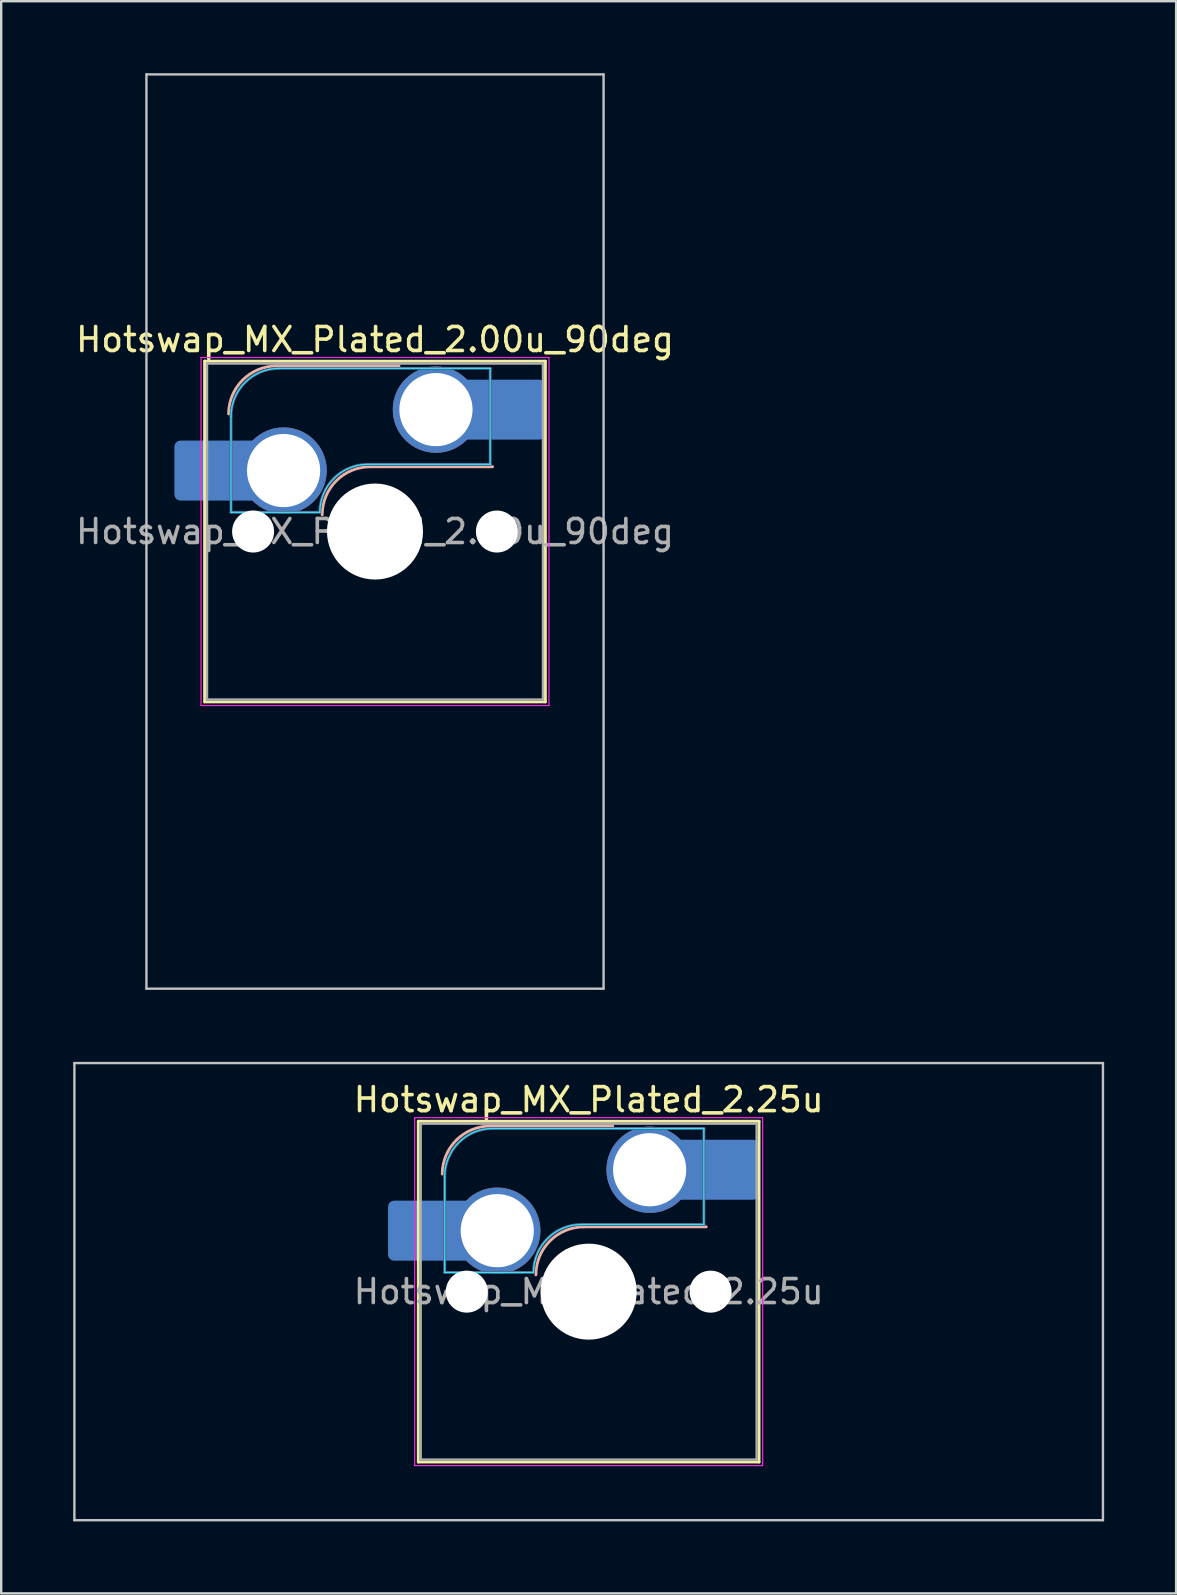
<source format=kicad_pcb>
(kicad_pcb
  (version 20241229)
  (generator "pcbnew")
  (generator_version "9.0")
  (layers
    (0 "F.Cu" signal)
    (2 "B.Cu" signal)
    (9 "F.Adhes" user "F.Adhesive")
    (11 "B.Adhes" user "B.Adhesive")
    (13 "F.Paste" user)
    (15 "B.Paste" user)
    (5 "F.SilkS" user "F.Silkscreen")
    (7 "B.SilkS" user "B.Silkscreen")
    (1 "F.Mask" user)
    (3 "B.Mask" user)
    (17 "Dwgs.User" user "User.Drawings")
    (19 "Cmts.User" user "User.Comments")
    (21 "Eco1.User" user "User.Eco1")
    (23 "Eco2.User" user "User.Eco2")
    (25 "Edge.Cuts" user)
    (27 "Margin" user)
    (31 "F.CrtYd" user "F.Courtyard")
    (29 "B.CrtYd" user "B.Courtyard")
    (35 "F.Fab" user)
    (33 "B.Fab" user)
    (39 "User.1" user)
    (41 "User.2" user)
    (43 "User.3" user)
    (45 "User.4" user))
  (footprint "Hotswap_MX_Plated_2.00u_90deg"
    (layer "F.Cu")
    (at 12.577 19.1)
    (property "Reference" "Hotswap_MX_Plated_2.00u_90deg" (at 0 -8 0) (layer "F.SilkS") (effects (font (size 1 1) (thickness 0.15))))
    (attr smd allow_soldermask_bridges)
    (fp_line (start -7.1 -7.1) (end -7.1 7.1) (stroke (width 0.12) (type solid)) (layer "F.SilkS"))
    (fp_line (start -7.1 7.1) (end 7.1 7.1) (stroke (width 0.12) (type solid)) (layer "F.SilkS"))
    (fp_line (start 7.1 -7.1) (end -7.1 -7.1) (stroke (width 0.12) (type solid)) (layer "F.SilkS"))
    (fp_line (start 7.1 7.1) (end 7.1 -7.1) (stroke (width 0.12) (type solid)) (layer "F.SilkS"))
    (fp_line (start -4.1 -6.9) (end 1 -6.9) (stroke (width 0.12) (type solid)) (layer "B.SilkS"))
    (fp_line (start -0.2 -2.7) (end 4.9 -2.7) (stroke (width 0.12) (type solid)) (layer "B.SilkS"))
    (fp_arc (start -6.1 -4.9) (mid -5.514214 -6.314214) (end -4.1 -6.9) (stroke (width 0.12) (type solid)) (layer "B.SilkS"))
    (fp_arc (start -2.2 -0.7) (mid -1.614214 -2.114214) (end -0.2 -2.7) (stroke (width 0.12) (type solid)) (layer "B.SilkS"))
    (fp_line (start -9.525 -19.05) (end 9.525 -19.05) (stroke (width 0.1) (type solid)) (layer "Dwgs.User"))
    (fp_line (start -9.525 19.05) (end -9.525 -19.05) (stroke (width 0.1) (type solid)) (layer "Dwgs.User"))
    (fp_line (start 9.525 -19.05) (end 9.525 19.05) (stroke (width 0.1) (type solid)) (layer "Dwgs.User"))
    (fp_line (start 9.525 19.05) (end -9.525 19.05) (stroke (width 0.1) (type solid)) (layer "Dwgs.User"))
    (fp_line (start -7.8 -6) (end -7 -6) (stroke (width 0.1) (type solid)) (layer "Eco1.User"))
    (fp_line (start -7.8 -2.9) (end -7.8 -6) (stroke (width 0.1) (type solid)) (layer "Eco1.User"))
    (fp_line (start -7.8 2.9) (end -7 2.9) (stroke (width 0.1) (type solid)) (layer "Eco1.User"))
    (fp_line (start -7.8 6) (end -7.8 2.9) (stroke (width 0.1) (type solid)) (layer "Eco1.User"))
    (fp_line (start -7 -7) (end 7 -7) (stroke (width 0.1) (type solid)) (layer "Eco1.User"))
    (fp_line (start -7 -6) (end -7 -7) (stroke (width 0.1) (type solid)) (layer "Eco1.User"))
    (fp_line (start -7 -2.9) (end -7.8 -2.9) (stroke (width 0.1) (type solid)) (layer "Eco1.User"))
    (fp_line (start -7 2.9) (end -7 -2.9) (stroke (width 0.1) (type solid)) (layer "Eco1.User"))
    (fp_line (start -7 6) (end -7.8 6) (stroke (width 0.1) (type solid)) (layer "Eco1.User"))
    (fp_line (start -7 7) (end -7 6) (stroke (width 0.1) (type solid)) (layer "Eco1.User"))
    (fp_line (start 7 -7) (end 7 -6) (stroke (width 0.1) (type solid)) (layer "Eco1.User"))
    (fp_line (start 7 -6) (end 7.8 -6) (stroke (width 0.1) (type solid)) (layer "Eco1.User"))
    (fp_line (start 7 -2.9) (end 7 2.9) (stroke (width 0.1) (type solid)) (layer "Eco1.User"))
    (fp_line (start 7 2.9) (end 7.8 2.9) (stroke (width 0.1) (type solid)) (layer "Eco1.User"))
    (fp_line (start 7 6) (end 7 7) (stroke (width 0.1) (type solid)) (layer "Eco1.User"))
    (fp_line (start 7 7) (end -7 7) (stroke (width 0.1) (type solid)) (layer "Eco1.User"))
    (fp_line (start 7.8 -6) (end 7.8 -2.9) (stroke (width 0.1) (type solid)) (layer "Eco1.User"))
    (fp_line (start 7.8 -2.9) (end 7 -2.9) (stroke (width 0.1) (type solid)) (layer "Eco1.User"))
    (fp_line (start 7.8 2.9) (end 7.8 6) (stroke (width 0.1) (type solid)) (layer "Eco1.User"))
    (fp_line (start 7.8 6) (end 7 6) (stroke (width 0.1) (type solid)) (layer "Eco1.User"))
    (fp_line (start -6 -0.8) (end -6 -4.8) (stroke (width 0.05) (type solid)) (layer "B.CrtYd"))
    (fp_line (start -6 -0.8) (end -2.3 -0.8) (stroke (width 0.05) (type solid)) (layer "B.CrtYd"))
    (fp_line (start -4 -6.8) (end 4.8 -6.8) (stroke (width 0.05) (type solid)) (layer "B.CrtYd"))
    (fp_line (start -0.3 -2.8) (end 4.8 -2.8) (stroke (width 0.05) (type solid)) (layer "B.CrtYd"))
    (fp_line (start 4.8 -6.8) (end 4.8 -2.8) (stroke (width 0.05) (type solid)) (layer "B.CrtYd"))
    (fp_arc (start -6 -4.8) (mid -5.414214 -6.214214) (end -4 -6.8) (stroke (width 0.05) (type solid)) (layer "B.CrtYd"))
    (fp_arc (start -2.3 -0.8) (mid -1.714214 -2.214214) (end -0.3 -2.8) (stroke (width 0.05) (type solid)) (layer "B.CrtYd"))
    (fp_line (start -7.25 -7.25) (end -7.25 7.25) (stroke (width 0.05) (type solid)) (layer "F.CrtYd"))
    (fp_line (start -7.25 7.25) (end 7.25 7.25) (stroke (width 0.05) (type solid)) (layer "F.CrtYd"))
    (fp_line (start 7.25 -7.25) (end -7.25 -7.25) (stroke (width 0.05) (type solid)) (layer "F.CrtYd"))
    (fp_line (start 7.25 7.25) (end 7.25 -7.25) (stroke (width 0.05) (type solid)) (layer "F.CrtYd"))
    (fp_line (start -6 -0.8) (end -6 -4.8) (stroke (width 0.12) (type solid)) (layer "B.Fab"))
    (fp_line (start -6 -0.8) (end -2.3 -0.8) (stroke (width 0.12) (type solid)) (layer "B.Fab"))
    (fp_line (start -4 -6.8) (end 4.8 -6.8) (stroke (width 0.12) (type solid)) (layer "B.Fab"))
    (fp_line (start -0.3 -2.8) (end 4.8 -2.8) (stroke (width 0.12) (type solid)) (layer "B.Fab"))
    (fp_line (start 4.8 -6.8) (end 4.8 -2.8) (stroke (width 0.12) (type solid)) (layer "B.Fab"))
    (fp_arc (start -6 -4.8) (mid -5.414214 -6.214214) (end -4 -6.8) (stroke (width 0.12) (type solid)) (layer "B.Fab"))
    (fp_arc (start -2.3 -0.8) (mid -1.714214 -2.214214) (end -0.3 -2.8) (stroke (width 0.12) (type solid)) (layer "B.Fab"))
    (fp_line (start -7 -7) (end -7 7) (stroke (width 0.1) (type solid)) (layer "F.Fab"))
    (fp_line (start -7 7) (end 7 7) (stroke (width 0.1) (type solid)) (layer "F.Fab"))
    (fp_line (start 7 -7) (end -7 -7) (stroke (width 0.1) (type solid)) (layer "F.Fab"))
    (fp_line (start 7 7) (end 7 -7) (stroke (width 0.1) (type solid)) (layer "F.Fab"))
    (fp_text user "${REFERENCE}" (at 0 0 0) (layer "F.Fab") (effects (font (size 1 1) (thickness 0.15))))
    (pad "" smd roundrect (at -7.085 -2.54) (size 2.55 2.5) (layers "B.Mask" "B.Paste") (roundrect_rratio 0.1))
    (pad "" np_thru_hole circle (at -5.08 0) (size 1.75 1.75) (drill 1.75) (layers "*.Cu" "*.Mask"))
    (pad "" np_thru_hole circle (at 0 0) (size 4 4) (drill 4) (layers "*.Cu" "*.Mask"))
    (pad "" np_thru_hole circle (at 5.08 0) (size 1.75 1.75) (drill 1.75) (layers "*.Cu" "*.Mask"))
    (pad "" smd roundrect (at 5.842 -5.08) (size 2.55 2.5) (layers "B.Mask" "B.Paste") (roundrect_rratio 0.1))
    (pad "1" smd roundrect (at -6.585 -2.54) (size 3.55 2.5) (layers "B.Cu") (roundrect_rratio 0.1))
    (pad "1" thru_hole circle (at -3.81 -2.54) (size 3.6 3.6) (drill 3.05) (layers "*.Cu" "*.Mask"))
    (pad "2" thru_hole circle (at 2.54 -5.08) (size 3.6 3.6) (drill 3.05) (layers "*.Cu" "*.Mask"))
    (pad "2" smd roundrect (at 5.32 -5.08) (size 3.55 2.5) (layers "B.Cu") (roundrect_rratio 0.1)))
  (footprint "Hotswap_MX_Plated_2.25u"
    (layer "F.Cu")
    (at 21.481 50.775)
    (property "Reference" "Hotswap_MX_Plated_2.25u" (at 0 -8 0) (layer "F.SilkS") (effects (font (size 1 1) (thickness 0.15))))
    (attr smd allow_soldermask_bridges)
    (fp_line (start -7.1 -7.1) (end -7.1 7.1) (stroke (width 0.12) (type solid)) (layer "F.SilkS"))
    (fp_line (start -7.1 7.1) (end 7.1 7.1) (stroke (width 0.12) (type solid)) (layer "F.SilkS"))
    (fp_line (start 7.1 -7.1) (end -7.1 -7.1) (stroke (width 0.12) (type solid)) (layer "F.SilkS"))
    (fp_line (start 7.1 7.1) (end 7.1 -7.1) (stroke (width 0.12) (type solid)) (layer "F.SilkS"))
    (fp_line (start -4.1 -6.9) (end 1 -6.9) (stroke (width 0.12) (type solid)) (layer "B.SilkS"))
    (fp_line (start -0.2 -2.7) (end 4.9 -2.7) (stroke (width 0.12) (type solid)) (layer "B.SilkS"))
    (fp_arc (start -6.1 -4.9) (mid -5.514214 -6.314214) (end -4.1 -6.9) (stroke (width 0.12) (type solid)) (layer "B.SilkS"))
    (fp_arc (start -2.2 -0.7) (mid -1.614214 -2.114214) (end -0.2 -2.7) (stroke (width 0.12) (type solid)) (layer "B.SilkS"))
    (fp_line (start -21.431 -9.525) (end -21.431 9.525) (stroke (width 0.1) (type solid)) (layer "Dwgs.User"))
    (fp_line (start -21.431 9.525) (end 21.431 9.525) (stroke (width 0.1) (type solid)) (layer "Dwgs.User"))
    (fp_line (start 21.431 -9.525) (end -21.431 -9.525) (stroke (width 0.1) (type solid)) (layer "Dwgs.User"))
    (fp_line (start 21.431 9.525) (end 21.431 -9.525) (stroke (width 0.1) (type solid)) (layer "Dwgs.User"))
    (fp_line (start -7.8 -6) (end -7 -6) (stroke (width 0.1) (type solid)) (layer "Eco1.User"))
    (fp_line (start -7.8 -2.9) (end -7.8 -6) (stroke (width 0.1) (type solid)) (layer "Eco1.User"))
    (fp_line (start -7.8 2.9) (end -7 2.9) (stroke (width 0.1) (type solid)) (layer "Eco1.User"))
    (fp_line (start -7.8 6) (end -7.8 2.9) (stroke (width 0.1) (type solid)) (layer "Eco1.User"))
    (fp_line (start -7 -7) (end 7 -7) (stroke (width 0.1) (type solid)) (layer "Eco1.User"))
    (fp_line (start -7 -6) (end -7 -7) (stroke (width 0.1) (type solid)) (layer "Eco1.User"))
    (fp_line (start -7 -2.9) (end -7.8 -2.9) (stroke (width 0.1) (type solid)) (layer "Eco1.User"))
    (fp_line (start -7 2.9) (end -7 -2.9) (stroke (width 0.1) (type solid)) (layer "Eco1.User"))
    (fp_line (start -7 6) (end -7.8 6) (stroke (width 0.1) (type solid)) (layer "Eco1.User"))
    (fp_line (start -7 7) (end -7 6) (stroke (width 0.1) (type solid)) (layer "Eco1.User"))
    (fp_line (start 7 -7) (end 7 -6) (stroke (width 0.1) (type solid)) (layer "Eco1.User"))
    (fp_line (start 7 -6) (end 7.8 -6) (stroke (width 0.1) (type solid)) (layer "Eco1.User"))
    (fp_line (start 7 -2.9) (end 7 2.9) (stroke (width 0.1) (type solid)) (layer "Eco1.User"))
    (fp_line (start 7 2.9) (end 7.8 2.9) (stroke (width 0.1) (type solid)) (layer "Eco1.User"))
    (fp_line (start 7 6) (end 7 7) (stroke (width 0.1) (type solid)) (layer "Eco1.User"))
    (fp_line (start 7 7) (end -7 7) (stroke (width 0.1) (type solid)) (layer "Eco1.User"))
    (fp_line (start 7.8 -6) (end 7.8 -2.9) (stroke (width 0.1) (type solid)) (layer "Eco1.User"))
    (fp_line (start 7.8 -2.9) (end 7 -2.9) (stroke (width 0.1) (type solid)) (layer "Eco1.User"))
    (fp_line (start 7.8 2.9) (end 7.8 6) (stroke (width 0.1) (type solid)) (layer "Eco1.User"))
    (fp_line (start 7.8 6) (end 7 6) (stroke (width 0.1) (type solid)) (layer "Eco1.User"))
    (fp_line (start -6 -0.8) (end -6 -4.8) (stroke (width 0.05) (type solid)) (layer "B.CrtYd"))
    (fp_line (start -6 -0.8) (end -2.3 -0.8) (stroke (width 0.05) (type solid)) (layer "B.CrtYd"))
    (fp_line (start -4 -6.8) (end 4.8 -6.8) (stroke (width 0.05) (type solid)) (layer "B.CrtYd"))
    (fp_line (start -0.3 -2.8) (end 4.8 -2.8) (stroke (width 0.05) (type solid)) (layer "B.CrtYd"))
    (fp_line (start 4.8 -6.8) (end 4.8 -2.8) (stroke (width 0.05) (type solid)) (layer "B.CrtYd"))
    (fp_arc (start -6 -4.8) (mid -5.414214 -6.214214) (end -4 -6.8) (stroke (width 0.05) (type solid)) (layer "B.CrtYd"))
    (fp_arc (start -2.3 -0.8) (mid -1.714214 -2.214214) (end -0.3 -2.8) (stroke (width 0.05) (type solid)) (layer "B.CrtYd"))
    (fp_line (start -7.25 -7.25) (end -7.25 7.25) (stroke (width 0.05) (type solid)) (layer "F.CrtYd"))
    (fp_line (start -7.25 7.25) (end 7.25 7.25) (stroke (width 0.05) (type solid)) (layer "F.CrtYd"))
    (fp_line (start 7.25 -7.25) (end -7.25 -7.25) (stroke (width 0.05) (type solid)) (layer "F.CrtYd"))
    (fp_line (start 7.25 7.25) (end 7.25 -7.25) (stroke (width 0.05) (type solid)) (layer "F.CrtYd"))
    (fp_line (start -6 -0.8) (end -6 -4.8) (stroke (width 0.12) (type solid)) (layer "B.Fab"))
    (fp_line (start -6 -0.8) (end -2.3 -0.8) (stroke (width 0.12) (type solid)) (layer "B.Fab"))
    (fp_line (start -4 -6.8) (end 4.8 -6.8) (stroke (width 0.12) (type solid)) (layer "B.Fab"))
    (fp_line (start -0.3 -2.8) (end 4.8 -2.8) (stroke (width 0.12) (type solid)) (layer "B.Fab"))
    (fp_line (start 4.8 -6.8) (end 4.8 -2.8) (stroke (width 0.12) (type solid)) (layer "B.Fab"))
    (fp_arc (start -6 -4.8) (mid -5.414214 -6.214214) (end -4 -6.8) (stroke (width 0.12) (type solid)) (layer "B.Fab"))
    (fp_arc (start -2.3 -0.8) (mid -1.714214 -2.214214) (end -0.3 -2.8) (stroke (width 0.12) (type solid)) (layer "B.Fab"))
    (fp_line (start -7 -7) (end -7 7) (stroke (width 0.1) (type solid)) (layer "F.Fab"))
    (fp_line (start -7 7) (end 7 7) (stroke (width 0.1) (type solid)) (layer "F.Fab"))
    (fp_line (start 7 -7) (end -7 -7) (stroke (width 0.1) (type solid)) (layer "F.Fab"))
    (fp_line (start 7 7) (end 7 -7) (stroke (width 0.1) (type solid)) (layer "F.Fab"))
    (fp_text user "${REFERENCE}" (at 0 0 0) (layer "F.Fab") (effects (font (size 1 1) (thickness 0.15))))
    (pad "" smd roundrect (at -7.085 -2.54) (size 2.55 2.5) (layers "B.Mask" "B.Paste") (roundrect_rratio 0.1))
    (pad "" np_thru_hole circle (at -5.08 0) (size 1.75 1.75) (drill 1.75) (layers "*.Cu" "*.Mask"))
    (pad "" np_thru_hole circle (at 0 0) (size 4 4) (drill 4) (layers "*.Cu" "*.Mask"))
    (pad "" np_thru_hole circle (at 5.08 0) (size 1.75 1.75) (drill 1.75) (layers "*.Cu" "*.Mask"))
    (pad "" smd roundrect (at 5.842 -5.08) (size 2.55 2.5) (layers "B.Mask" "B.Paste") (roundrect_rratio 0.1))
    (pad "1" smd roundrect (at -6.585 -2.54) (size 3.55 2.5) (layers "B.Cu") (roundrect_rratio 0.1))
    (pad "1" thru_hole circle (at -3.81 -2.54) (size 3.6 3.6) (drill 3.05) (layers "*.Cu" "*.Mask"))
    (pad "2" thru_hole circle (at 2.54 -5.08) (size 3.6 3.6) (drill 3.05) (layers "*.Cu" "*.Mask"))
    (pad "2" smd roundrect (at 5.32 -5.08) (size 3.55 2.5) (layers "B.Cu") (roundrect_rratio 0.1)))
  (gr_rect
    (start -3 -3)
    (end 45.962 63.35)
    (stroke (width 0.1) (type default))
    (fill no)
    (layer "Edge.Cuts")))
</source>
